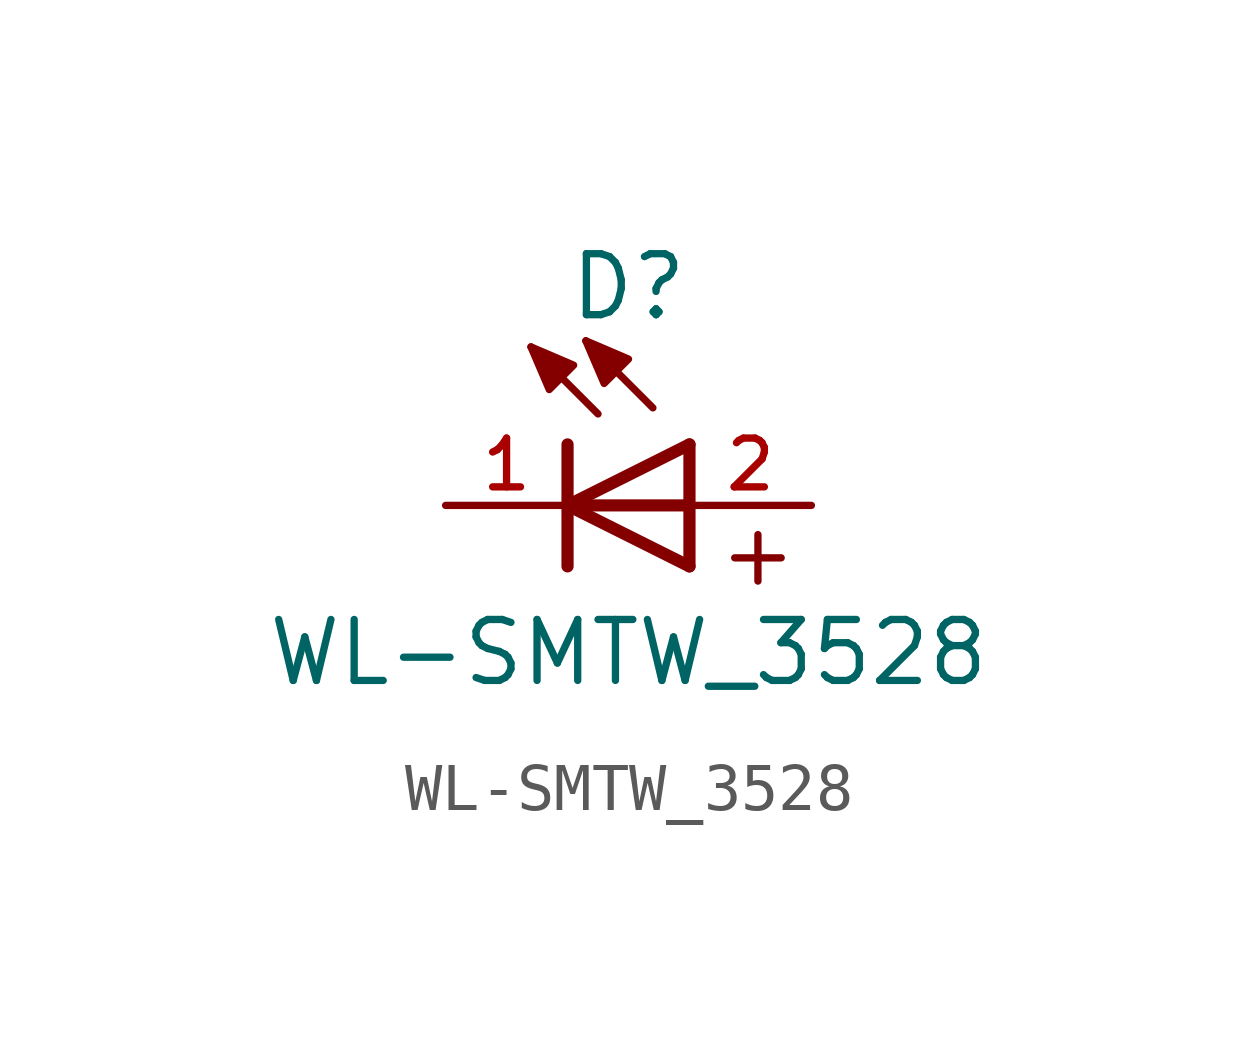
<source format=kicad_sym>
(kicad_symbol_lib
  (version 20211014)
  (generator kicad_symbol_editor)
  (symbol "WL-SMTW_3528"
    (pin_names
      (offset 1.016))
    (property "Reference" "D"
      (at 1.27 3.81 0)
      (effects (font (size 1.27 1.27)) (justify bottom)))
    (property "Value" "WL-SMTW_3528"
      (at 1.27 -3.81 0)
      (effects (font (size 1.27 1.27)) (justify bottom)))
    (symbol "WL-SMTW_3528_0_0"
      (text "+" (at 3.08 -1.74 0) (effects (font (size 1.27 1.27)) (justify bottom left)))
      (polyline (pts (xy 2.54 -1.27) (xy 0.0 0.0)) (stroke (width 0.254)))
      (polyline (pts (xy 0.0 0.0) (xy 2.54 1.27)) (stroke (width 0.254)))
      (polyline (pts (xy 0.0 -1.27) (xy 0.0 0.0)) (stroke (width 0.254)))
      (polyline (pts (xy 0.0 0.0) (xy 0.0 1.27)) (stroke (width 0.254)))
      (polyline (pts (xy 2.54 -1.27) (xy 2.54 0.0)) (stroke (width 0.254)))
      (polyline (pts (xy 2.54 0.0) (xy 2.54 1.27)) (stroke (width 0.254)))
      (polyline (pts (xy 1.778 2.032) (xy 0.381 3.429)) (stroke (width 0.152)))
      (polyline (pts (xy 0.635 1.905) (xy -0.762 3.302)) (stroke (width 0.152)))
      (polyline (pts (xy 0.0 0.0) (xy 2.54 0.0)) (stroke (width 0.254)))
      (polyline (pts (xy 0.381 3.429) (xy 1.27 3.048) (xy 0.762 2.54) (xy 0.381 3.429)) (stroke (width 0.152)) (fill (type outline)))
      (polyline (pts (xy -0.762 3.302) (xy 0.127 2.921) (xy -0.381 2.413) (xy -0.762 3.302)) (stroke (width 0.152)) (fill (type outline)))
      (pin passive line (at -2.54 0.0 0) (length 2.54) (name "~" (effects (font (size 1.016 1.016)))) (number "1" (effects (font (size 1.016 1.016)))))
      (pin passive line (at 5.08 0.0 180.0) (length 2.54) (name "~" (effects (font (size 1.016 1.016)))) (number "2" (effects (font (size 1.016 1.016))))))))
</source>
